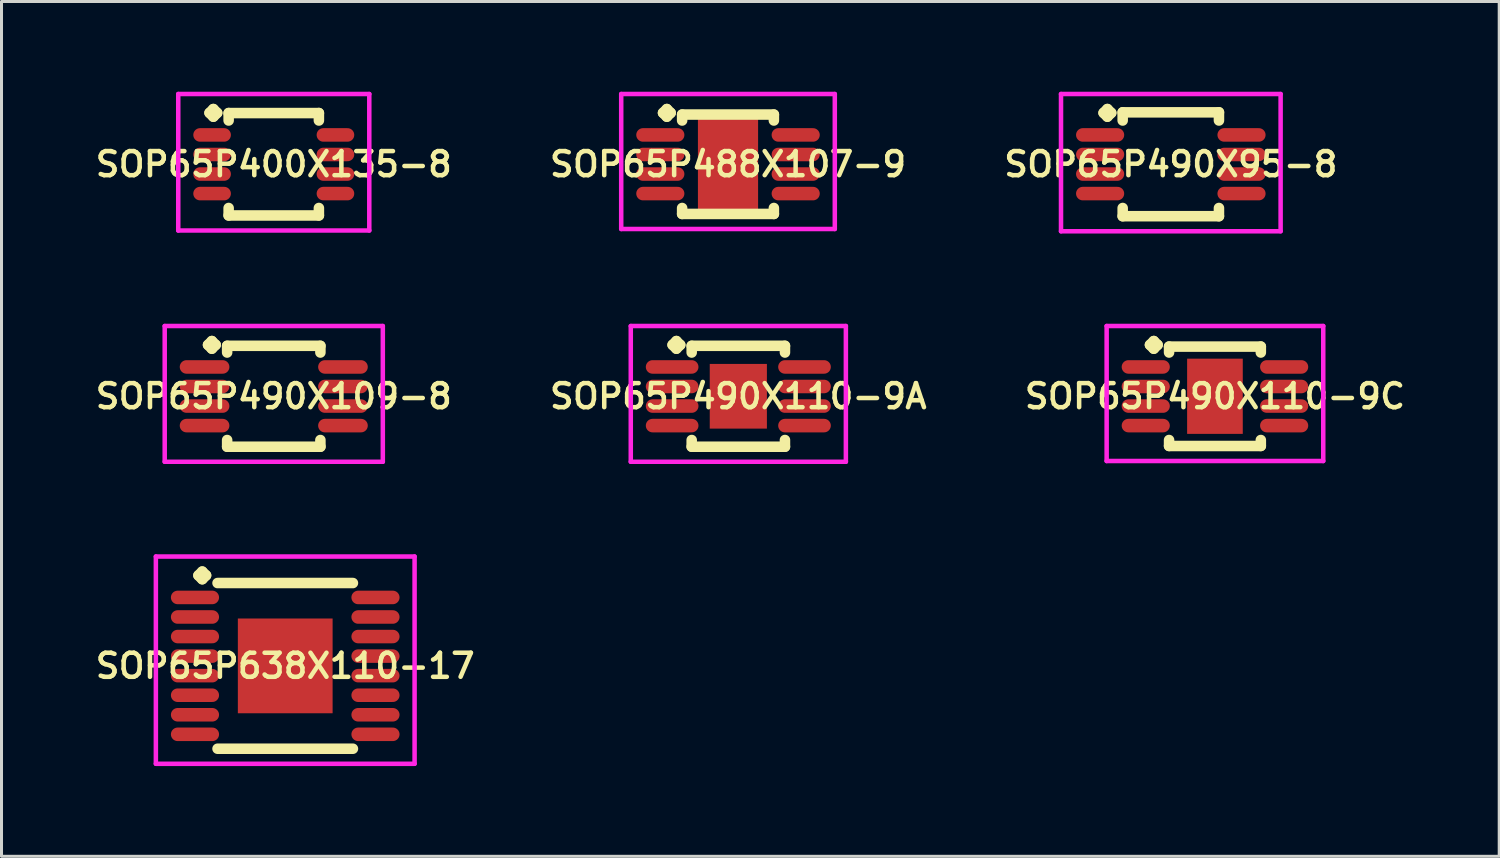
<source format=kicad_pcb>
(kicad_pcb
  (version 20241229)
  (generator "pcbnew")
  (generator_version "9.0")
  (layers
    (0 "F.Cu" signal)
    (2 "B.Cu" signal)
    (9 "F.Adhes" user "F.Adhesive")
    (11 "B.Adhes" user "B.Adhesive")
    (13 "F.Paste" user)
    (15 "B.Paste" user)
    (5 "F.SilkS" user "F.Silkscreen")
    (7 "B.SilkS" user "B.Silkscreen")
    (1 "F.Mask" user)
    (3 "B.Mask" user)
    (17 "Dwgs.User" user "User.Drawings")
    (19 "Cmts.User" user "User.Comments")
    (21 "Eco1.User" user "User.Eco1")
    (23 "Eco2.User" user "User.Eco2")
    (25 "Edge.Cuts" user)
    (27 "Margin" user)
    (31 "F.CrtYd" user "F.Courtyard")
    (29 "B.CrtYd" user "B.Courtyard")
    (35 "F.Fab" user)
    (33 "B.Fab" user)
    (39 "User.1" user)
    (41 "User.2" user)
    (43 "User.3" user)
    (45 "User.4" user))
  (footprint "SOP65P488X107-9"
    (layer "F.Cu")
    (at 21.149 2.41)
    (property "Reference" "SOP65P488X107-9" (at 0 0 0) (layer "F.SilkS") (effects (font (size 0.8 0.8) (thickness 0.15))))
    (attr smd)
    (fp_line (start -2.16 -1.708) (end -2.033 -1.835) (stroke (width 0.35) (type solid)) (layer "F.SilkS"))
    (fp_line (start -2.033 -1.835) (end -1.906 -1.708) (stroke (width 0.35) (type solid)) (layer "F.SilkS"))
    (fp_line (start -2.033 -1.581) (end -2.16 -1.708) (stroke (width 0.35) (type solid)) (layer "F.SilkS"))
    (fp_line (start -1.906 -1.708) (end -2.033 -1.581) (stroke (width 0.35) (type solid)) (layer "F.SilkS"))
    (fp_line (start -1.525 -1.652) (end 1.525 -1.652) (stroke (width 0.35) (type solid)) (layer "F.SilkS"))
    (fp_line (start -1.525 -1.454) (end -1.525 -1.652) (stroke (width 0.35) (type solid)) (layer "F.SilkS"))
    (fp_line (start -1.525 1.454) (end -1.525 1.652) (stroke (width 0.35) (type solid)) (layer "F.SilkS"))
    (fp_line (start -1.525 1.652) (end 1.525 1.652) (stroke (width 0.35) (type solid)) (layer "F.SilkS"))
    (fp_line (start 1.525 -1.652) (end 1.525 -1.454) (stroke (width 0.35) (type solid)) (layer "F.SilkS"))
    (fp_line (start 1.525 1.652) (end 1.525 1.454) (stroke (width 0.35) (type solid)) (layer "F.SilkS"))
    (fp_line (start -3.55 -2.335) (end 3.55 -2.335) (stroke (width 0.15) (type solid)) (layer "F.CrtYd"))
    (fp_line (start -3.55 2.152) (end -3.55 -2.335) (stroke (width 0.15) (type solid)) (layer "F.CrtYd"))
    (fp_line (start 3.55 -2.335) (end 3.55 2.152) (stroke (width 0.15) (type solid)) (layer "F.CrtYd"))
    (fp_line (start 3.55 2.152) (end -3.55 2.152) (stroke (width 0.15) (type solid)) (layer "F.CrtYd"))
    (pad "1" smd oval (at -2.25 -0.975) (size 1.6 0.45) (layers "F.Cu" "F.Mask" "F.Paste"))
    (pad "2" smd oval (at -2.25 -0.325) (size 1.6 0.45) (layers "F.Cu" "F.Mask" "F.Paste"))
    (pad "3" smd oval (at -2.25 0.325) (size 1.6 0.45) (layers "F.Cu" "F.Mask" "F.Paste"))
    (pad "4" smd oval (at -2.25 0.975) (size 1.6 0.45) (layers "F.Cu" "F.Mask" "F.Paste"))
    (pad "5" smd oval (at 2.25 0.975) (size 1.6 0.45) (layers "F.Cu" "F.Mask" "F.Paste"))
    (pad "6" smd oval (at 2.25 0.325) (size 1.6 0.45) (layers "F.Cu" "F.Mask" "F.Paste"))
    (pad "7" smd oval (at 2.25 -0.325) (size 1.6 0.45) (layers "F.Cu" "F.Mask" "F.Paste"))
    (pad "8" smd oval (at 2.25 -0.975) (size 1.6 0.45) (layers "F.Cu" "F.Mask" "F.Paste"))
    (pad "9" smd rect (at 0 0) (size 2 3) (layers "F.Cu" "F.Mask" "F.Paste")))
  (footprint "SOP65P490X110-9A"
    (layer "F.Cu")
    (at 21.492 10.122)
    (property "Reference" "SOP65P490X110-9A" (at 0 0 0) (layer "F.SilkS") (effects (font (size 0.8 0.8) (thickness 0.15))))
    (attr smd)
    (fp_line (start -2.185 -1.708) (end -2.058 -1.835) (stroke (width 0.35) (type solid)) (layer "F.SilkS"))
    (fp_line (start -2.058 -1.835) (end -1.931 -1.708) (stroke (width 0.35) (type solid)) (layer "F.SilkS"))
    (fp_line (start -2.058 -1.581) (end -2.185 -1.708) (stroke (width 0.35) (type solid)) (layer "F.SilkS"))
    (fp_line (start -1.931 -1.708) (end -2.058 -1.581) (stroke (width 0.35) (type solid)) (layer "F.SilkS"))
    (fp_line (start -1.55 -1.677) (end 1.55 -1.677) (stroke (width 0.35) (type solid)) (layer "F.SilkS"))
    (fp_line (start -1.55 -1.454) (end -1.55 -1.677) (stroke (width 0.35) (type solid)) (layer "F.SilkS"))
    (fp_line (start -1.55 1.454) (end -1.55 1.677) (stroke (width 0.35) (type solid)) (layer "F.SilkS"))
    (fp_line (start -1.55 1.677) (end 1.55 1.677) (stroke (width 0.35) (type solid)) (layer "F.SilkS"))
    (fp_line (start 1.55 -1.677) (end 1.55 -1.454) (stroke (width 0.35) (type solid)) (layer "F.SilkS"))
    (fp_line (start 1.55 1.677) (end 1.55 1.454) (stroke (width 0.35) (type solid)) (layer "F.SilkS"))
    (fp_line (start -3.575 -2.335) (end 3.575 -2.335) (stroke (width 0.15) (type solid)) (layer "F.CrtYd"))
    (fp_line (start -3.575 2.177) (end -3.575 -2.335) (stroke (width 0.15) (type solid)) (layer "F.CrtYd"))
    (fp_line (start 3.575 -2.335) (end 3.575 2.177) (stroke (width 0.15) (type solid)) (layer "F.CrtYd"))
    (fp_line (start 3.575 2.177) (end -3.575 2.177) (stroke (width 0.15) (type solid)) (layer "F.CrtYd"))
    (pad "1" smd oval (at -2.2 -0.975) (size 1.75 0.45) (layers "F.Cu" "F.Mask" "F.Paste"))
    (pad "2" smd oval (at -2.2 -0.325) (size 1.75 0.45) (layers "F.Cu" "F.Mask" "F.Paste"))
    (pad "3" smd oval (at -2.2 0.325) (size 1.75 0.45) (layers "F.Cu" "F.Mask" "F.Paste"))
    (pad "4" smd oval (at -2.2 0.975) (size 1.75 0.45) (layers "F.Cu" "F.Mask" "F.Paste"))
    (pad "5" smd oval (at 2.2 0.975) (size 1.75 0.45) (layers "F.Cu" "F.Mask" "F.Paste"))
    (pad "6" smd oval (at 2.2 0.325) (size 1.75 0.45) (layers "F.Cu" "F.Mask" "F.Paste"))
    (pad "7" smd oval (at 2.2 -0.325) (size 1.75 0.45) (layers "F.Cu" "F.Mask" "F.Paste"))
    (pad "8" smd oval (at 2.2 -0.975) (size 1.75 0.45) (layers "F.Cu" "F.Mask" "F.Paste"))
    (pad "9" smd rect (at 0 0) (size 1.9 2.15) (layers "F.Cu" "F.Mask" "F.Paste")))
  (footprint "SOP65P490X95-8"
    (layer "F.Cu")
    (at 35.868 2.41)
    (property "Reference" "SOP65P490X95-8" (at 0 0 0) (layer "F.SilkS") (effects (font (size 0.8 0.8) (thickness 0.15))))
    (attr smd)
    (fp_line (start -2.235 -1.708) (end -2.108 -1.835) (stroke (width 0.35) (type solid)) (layer "F.SilkS"))
    (fp_line (start -2.108 -1.835) (end -1.981 -1.708) (stroke (width 0.35) (type solid)) (layer "F.SilkS"))
    (fp_line (start -2.108 -1.581) (end -2.235 -1.708) (stroke (width 0.35) (type solid)) (layer "F.SilkS"))
    (fp_line (start -1.981 -1.708) (end -2.108 -1.581) (stroke (width 0.35) (type solid)) (layer "F.SilkS"))
    (fp_line (start -1.6 -1.727) (end 1.6 -1.727) (stroke (width 0.35) (type solid)) (layer "F.SilkS"))
    (fp_line (start -1.6 -1.454) (end -1.6 -1.727) (stroke (width 0.35) (type solid)) (layer "F.SilkS"))
    (fp_line (start -1.6 1.454) (end -1.6 1.727) (stroke (width 0.35) (type solid)) (layer "F.SilkS"))
    (fp_line (start -1.6 1.727) (end 1.6 1.727) (stroke (width 0.35) (type solid)) (layer "F.SilkS"))
    (fp_line (start 1.6 -1.727) (end 1.6 -1.454) (stroke (width 0.35) (type solid)) (layer "F.SilkS"))
    (fp_line (start 1.6 1.727) (end 1.6 1.454) (stroke (width 0.35) (type solid)) (layer "F.SilkS"))
    (fp_line (start -3.65 -2.335) (end 3.65 -2.335) (stroke (width 0.15) (type solid)) (layer "F.CrtYd"))
    (fp_line (start -3.65 2.227) (end -3.65 -2.335) (stroke (width 0.15) (type solid)) (layer "F.CrtYd"))
    (fp_line (start 3.65 -2.335) (end 3.65 2.227) (stroke (width 0.15) (type solid)) (layer "F.CrtYd"))
    (fp_line (start 3.65 2.227) (end -3.65 2.227) (stroke (width 0.15) (type solid)) (layer "F.CrtYd"))
    (pad "1" smd oval (at -2.35 -0.975) (size 1.6 0.45) (layers "F.Cu" "F.Mask" "F.Paste"))
    (pad "2" smd oval (at -2.35 -0.325) (size 1.6 0.45) (layers "F.Cu" "F.Mask" "F.Paste"))
    (pad "3" smd oval (at -2.35 0.325) (size 1.6 0.45) (layers "F.Cu" "F.Mask" "F.Paste"))
    (pad "4" smd oval (at -2.35 0.975) (size 1.6 0.45) (layers "F.Cu" "F.Mask" "F.Paste"))
    (pad "5" smd oval (at 2.35 0.975) (size 1.6 0.45) (layers "F.Cu" "F.Mask" "F.Paste"))
    (pad "6" smd oval (at 2.35 0.325) (size 1.6 0.45) (layers "F.Cu" "F.Mask" "F.Paste"))
    (pad "7" smd oval (at 2.35 -0.325) (size 1.6 0.45) (layers "F.Cu" "F.Mask" "F.Paste"))
    (pad "8" smd oval (at 2.35 -0.975) (size 1.6 0.45) (layers "F.Cu" "F.Mask" "F.Paste")))
  (footprint "SOP65P490X109-8"
    (layer "F.Cu")
    (at 6.05 10.122)
    (property "Reference" "SOP65P490X109-8" (at 0 0 0) (layer "F.SilkS") (effects (font (size 0.8 0.8) (thickness 0.15))))
    (attr smd)
    (fp_line (start -2.185 -1.708) (end -2.058 -1.835) (stroke (width 0.35) (type solid)) (layer "F.SilkS"))
    (fp_line (start -2.058 -1.835) (end -1.931 -1.708) (stroke (width 0.35) (type solid)) (layer "F.SilkS"))
    (fp_line (start -2.058 -1.581) (end -2.185 -1.708) (stroke (width 0.35) (type solid)) (layer "F.SilkS"))
    (fp_line (start -1.931 -1.708) (end -2.058 -1.581) (stroke (width 0.35) (type solid)) (layer "F.SilkS"))
    (fp_line (start -1.55 -1.677) (end 1.55 -1.677) (stroke (width 0.35) (type solid)) (layer "F.SilkS"))
    (fp_line (start -1.55 -1.454) (end -1.55 -1.677) (stroke (width 0.35) (type solid)) (layer "F.SilkS"))
    (fp_line (start -1.55 1.454) (end -1.55 1.677) (stroke (width 0.35) (type solid)) (layer "F.SilkS"))
    (fp_line (start -1.55 1.677) (end 1.55 1.677) (stroke (width 0.35) (type solid)) (layer "F.SilkS"))
    (fp_line (start 1.55 -1.677) (end 1.55 -1.454) (stroke (width 0.35) (type solid)) (layer "F.SilkS"))
    (fp_line (start 1.55 1.677) (end 1.55 1.454) (stroke (width 0.35) (type solid)) (layer "F.SilkS"))
    (fp_line (start -3.625 -2.335) (end 3.625 -2.335) (stroke (width 0.15) (type solid)) (layer "F.CrtYd"))
    (fp_line (start -3.625 2.177) (end -3.625 -2.335) (stroke (width 0.15) (type solid)) (layer "F.CrtYd"))
    (fp_line (start 3.625 -2.335) (end 3.625 2.177) (stroke (width 0.15) (type solid)) (layer "F.CrtYd"))
    (fp_line (start 3.625 2.177) (end -3.625 2.177) (stroke (width 0.15) (type solid)) (layer "F.CrtYd"))
    (pad "1" smd oval (at -2.3 -0.975) (size 1.65 0.45) (layers "F.Cu" "F.Mask" "F.Paste"))
    (pad "2" smd oval (at -2.3 -0.325) (size 1.65 0.45) (layers "F.Cu" "F.Mask" "F.Paste"))
    (pad "3" smd oval (at -2.3 0.325) (size 1.65 0.45) (layers "F.Cu" "F.Mask" "F.Paste"))
    (pad "4" smd oval (at -2.3 0.975) (size 1.65 0.45) (layers "F.Cu" "F.Mask" "F.Paste"))
    (pad "5" smd oval (at 2.3 0.975) (size 1.65 0.45) (layers "F.Cu" "F.Mask" "F.Paste"))
    (pad "6" smd oval (at 2.3 0.325) (size 1.65 0.45) (layers "F.Cu" "F.Mask" "F.Paste"))
    (pad "7" smd oval (at 2.3 -0.325) (size 1.65 0.45) (layers "F.Cu" "F.Mask" "F.Paste"))
    (pad "8" smd oval (at 2.3 -0.975) (size 1.65 0.45) (layers "F.Cu" "F.Mask" "F.Paste")))
  (footprint "SOP65P490X110-9C"
    (layer "F.Cu")
    (at 37.335 10.122)
    (property "Reference" "SOP65P490X110-9C" (at 0 0 0) (layer "F.SilkS") (effects (font (size 0.8 0.8) (thickness 0.15))))
    (attr smd)
    (fp_line (start -2.16 -1.708) (end -2.033 -1.835) (stroke (width 0.35) (type solid)) (layer "F.SilkS"))
    (fp_line (start -2.033 -1.835) (end -1.906 -1.708) (stroke (width 0.35) (type solid)) (layer "F.SilkS"))
    (fp_line (start -2.033 -1.581) (end -2.16 -1.708) (stroke (width 0.35) (type solid)) (layer "F.SilkS"))
    (fp_line (start -1.906 -1.708) (end -2.033 -1.581) (stroke (width 0.35) (type solid)) (layer "F.SilkS"))
    (fp_line (start -1.525 -1.652) (end 1.525 -1.652) (stroke (width 0.35) (type solid)) (layer "F.SilkS"))
    (fp_line (start -1.525 -1.454) (end -1.525 -1.652) (stroke (width 0.35) (type solid)) (layer "F.SilkS"))
    (fp_line (start -1.525 1.454) (end -1.525 1.652) (stroke (width 0.35) (type solid)) (layer "F.SilkS"))
    (fp_line (start -1.525 1.652) (end 1.525 1.652) (stroke (width 0.35) (type solid)) (layer "F.SilkS"))
    (fp_line (start 1.525 -1.652) (end 1.525 -1.454) (stroke (width 0.35) (type solid)) (layer "F.SilkS"))
    (fp_line (start 1.525 1.652) (end 1.525 1.454) (stroke (width 0.35) (type solid)) (layer "F.SilkS"))
    (fp_line (start -3.6 -2.335) (end 3.6 -2.335) (stroke (width 0.15) (type solid)) (layer "F.CrtYd"))
    (fp_line (start -3.6 2.152) (end -3.6 -2.335) (stroke (width 0.15) (type solid)) (layer "F.CrtYd"))
    (fp_line (start 3.6 -2.335) (end 3.6 2.152) (stroke (width 0.15) (type solid)) (layer "F.CrtYd"))
    (fp_line (start 3.6 2.152) (end -3.6 2.152) (stroke (width 0.15) (type solid)) (layer "F.CrtYd"))
    (pad "1" smd oval (at -2.3 -0.975) (size 1.6 0.45) (layers "F.Cu" "F.Mask" "F.Paste"))
    (pad "2" smd oval (at -2.3 -0.325) (size 1.6 0.45) (layers "F.Cu" "F.Mask" "F.Paste"))
    (pad "3" smd oval (at -2.3 0.325) (size 1.6 0.45) (layers "F.Cu" "F.Mask" "F.Paste"))
    (pad "4" smd oval (at -2.3 0.975) (size 1.6 0.45) (layers "F.Cu" "F.Mask" "F.Paste"))
    (pad "5" smd oval (at 2.3 0.975) (size 1.6 0.45) (layers "F.Cu" "F.Mask" "F.Paste"))
    (pad "6" smd oval (at 2.3 0.325) (size 1.6 0.45) (layers "F.Cu" "F.Mask" "F.Paste"))
    (pad "7" smd oval (at 2.3 -0.325) (size 1.6 0.45) (layers "F.Cu" "F.Mask" "F.Paste"))
    (pad "8" smd oval (at 2.3 -0.975) (size 1.6 0.45) (layers "F.Cu" "F.Mask" "F.Paste"))
    (pad "9" smd rect (at 0 0) (size 1.85 2.5) (layers "F.Cu" "F.Mask" "F.Paste")))
  (footprint "SOP65P638X110-17"
    (layer "F.Cu")
    (at 6.431 19.084)
    (property "Reference" "SOP65P638X110-17" (at 0 0 0) (layer "F.SilkS") (effects (font (size 0.8 0.8) (thickness 0.15))))
    (attr smd)
    (fp_line (start -2.885 -3.008) (end -2.758 -3.135) (stroke (width 0.35) (type solid)) (layer "F.SilkS"))
    (fp_line (start -2.758 -3.135) (end -2.631 -3.008) (stroke (width 0.35) (type solid)) (layer "F.SilkS"))
    (fp_line (start -2.758 -2.881) (end -2.885 -3.008) (stroke (width 0.35) (type solid)) (layer "F.SilkS"))
    (fp_line (start -2.631 -3.008) (end -2.758 -2.881) (stroke (width 0.35) (type solid)) (layer "F.SilkS"))
    (fp_line (start -2.25 -2.754) (end 2.25 -2.754) (stroke (width 0.35) (type solid)) (layer "F.SilkS"))
    (fp_line (start -2.25 2.754) (end 2.25 2.754) (stroke (width 0.35) (type solid)) (layer "F.SilkS"))
    (fp_line (start -4.3 -3.635) (end 4.3 -3.635) (stroke (width 0.15) (type solid)) (layer "F.CrtYd"))
    (fp_line (start -4.3 3.254) (end -4.3 -3.635) (stroke (width 0.15) (type solid)) (layer "F.CrtYd"))
    (fp_line (start 4.3 -3.635) (end 4.3 3.254) (stroke (width 0.15) (type solid)) (layer "F.CrtYd"))
    (fp_line (start 4.3 3.254) (end -4.3 3.254) (stroke (width 0.15) (type solid)) (layer "F.CrtYd"))
    (pad "1" smd oval (at -3 -2.275) (size 1.6 0.45) (layers "F.Cu" "F.Mask" "F.Paste"))
    (pad "2" smd oval (at -3 -1.625) (size 1.6 0.45) (layers "F.Cu" "F.Mask" "F.Paste"))
    (pad "3" smd oval (at -3 -0.975) (size 1.6 0.45) (layers "F.Cu" "F.Mask" "F.Paste"))
    (pad "4" smd oval (at -3 -0.325) (size 1.6 0.45) (layers "F.Cu" "F.Mask" "F.Paste"))
    (pad "5" smd oval (at -3 0.325) (size 1.6 0.45) (layers "F.Cu" "F.Mask" "F.Paste"))
    (pad "6" smd oval (at -3 0.975) (size 1.6 0.45) (layers "F.Cu" "F.Mask" "F.Paste"))
    (pad "7" smd oval (at -3 1.625) (size 1.6 0.45) (layers "F.Cu" "F.Mask" "F.Paste"))
    (pad "8" smd oval (at -3 2.275) (size 1.6 0.45) (layers "F.Cu" "F.Mask" "F.Paste"))
    (pad "9" smd oval (at 3 2.275) (size 1.6 0.45) (layers "F.Cu" "F.Mask" "F.Paste"))
    (pad "10" smd oval (at 3 1.625) (size 1.6 0.45) (layers "F.Cu" "F.Mask" "F.Paste"))
    (pad "11" smd oval (at 3 0.975) (size 1.6 0.45) (layers "F.Cu" "F.Mask" "F.Paste"))
    (pad "12" smd oval (at 3 0.325) (size 1.6 0.45) (layers "F.Cu" "F.Mask" "F.Paste"))
    (pad "13" smd oval (at 3 -0.325) (size 1.6 0.45) (layers "F.Cu" "F.Mask" "F.Paste"))
    (pad "14" smd oval (at 3 -0.975) (size 1.6 0.45) (layers "F.Cu" "F.Mask" "F.Paste"))
    (pad "15" smd oval (at 3 -1.625) (size 1.6 0.45) (layers "F.Cu" "F.Mask" "F.Paste"))
    (pad "16" smd oval (at 3 -2.275) (size 1.6 0.45) (layers "F.Cu" "F.Mask" "F.Paste"))
    (pad "17" smd rect (at 0 0) (size 3.15 3.15) (layers "F.Cu" "F.Mask" "F.Paste")))
  (footprint "SOP65P400X135-8"
    (layer "F.Cu")
    (at 6.05 2.41)
    (property "Reference" "SOP65P400X135-8" (at 0 0 0) (layer "F.SilkS") (effects (font (size 0.8 0.8) (thickness 0.15))))
    (attr smd)
    (fp_line (start -2.135 -1.708) (end -2.008 -1.835) (stroke (width 0.35) (type solid)) (layer "F.SilkS"))
    (fp_line (start -2.008 -1.835) (end -1.881 -1.708) (stroke (width 0.35) (type solid)) (layer "F.SilkS"))
    (fp_line (start -2.008 -1.581) (end -2.135 -1.708) (stroke (width 0.35) (type solid)) (layer "F.SilkS"))
    (fp_line (start -1.881 -1.708) (end -2.008 -1.581) (stroke (width 0.35) (type solid)) (layer "F.SilkS"))
    (fp_line (start -1.5 -1.702) (end 1.5 -1.702) (stroke (width 0.35) (type solid)) (layer "F.SilkS"))
    (fp_line (start -1.5 -1.454) (end -1.5 -1.702) (stroke (width 0.35) (type solid)) (layer "F.SilkS"))
    (fp_line (start -1.5 1.454) (end -1.5 1.702) (stroke (width 0.35) (type solid)) (layer "F.SilkS"))
    (fp_line (start -1.5 1.702) (end 1.5 1.702) (stroke (width 0.35) (type solid)) (layer "F.SilkS"))
    (fp_line (start 1.5 -1.702) (end 1.5 -1.454) (stroke (width 0.35) (type solid)) (layer "F.SilkS"))
    (fp_line (start 1.5 1.702) (end 1.5 1.454) (stroke (width 0.35) (type solid)) (layer "F.SilkS"))
    (fp_line (start -3.175 -2.335) (end 3.175 -2.335) (stroke (width 0.15) (type solid)) (layer "F.CrtYd"))
    (fp_line (start -3.175 2.202) (end -3.175 -2.335) (stroke (width 0.15) (type solid)) (layer "F.CrtYd"))
    (fp_line (start 3.175 -2.335) (end 3.175 2.202) (stroke (width 0.15) (type solid)) (layer "F.CrtYd"))
    (fp_line (start 3.175 2.202) (end -3.175 2.202) (stroke (width 0.15) (type solid)) (layer "F.CrtYd"))
    (pad "1" smd oval (at -2.05 -0.975) (size 1.25 0.45) (layers "F.Cu" "F.Mask" "F.Paste"))
    (pad "2" smd oval (at -2.05 -0.325) (size 1.25 0.45) (layers "F.Cu" "F.Mask" "F.Paste"))
    (pad "3" smd oval (at -2.05 0.325) (size 1.25 0.45) (layers "F.Cu" "F.Mask" "F.Paste"))
    (pad "4" smd oval (at -2.05 0.975) (size 1.25 0.45) (layers "F.Cu" "F.Mask" "F.Paste"))
    (pad "5" smd oval (at 2.05 0.975) (size 1.25 0.45) (layers "F.Cu" "F.Mask" "F.Paste"))
    (pad "6" smd oval (at 2.05 0.325) (size 1.25 0.45) (layers "F.Cu" "F.Mask" "F.Paste"))
    (pad "7" smd oval (at 2.05 -0.325) (size 1.25 0.45) (layers "F.Cu" "F.Mask" "F.Paste"))
    (pad "8" smd oval (at 2.05 -0.975) (size 1.25 0.45) (layers "F.Cu" "F.Mask" "F.Paste")))
  (gr_rect
    (start -3 -3)
    (end 46.784 25.413)
    (stroke (width 0.1) (type default))
    (fill no)
    (layer "Edge.Cuts")))
</source>
